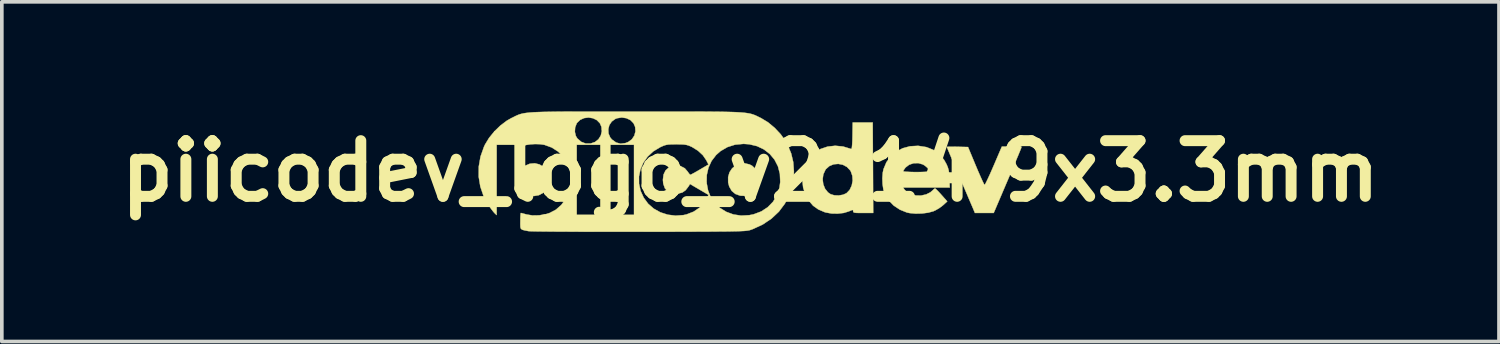
<source format=kicad_pcb>
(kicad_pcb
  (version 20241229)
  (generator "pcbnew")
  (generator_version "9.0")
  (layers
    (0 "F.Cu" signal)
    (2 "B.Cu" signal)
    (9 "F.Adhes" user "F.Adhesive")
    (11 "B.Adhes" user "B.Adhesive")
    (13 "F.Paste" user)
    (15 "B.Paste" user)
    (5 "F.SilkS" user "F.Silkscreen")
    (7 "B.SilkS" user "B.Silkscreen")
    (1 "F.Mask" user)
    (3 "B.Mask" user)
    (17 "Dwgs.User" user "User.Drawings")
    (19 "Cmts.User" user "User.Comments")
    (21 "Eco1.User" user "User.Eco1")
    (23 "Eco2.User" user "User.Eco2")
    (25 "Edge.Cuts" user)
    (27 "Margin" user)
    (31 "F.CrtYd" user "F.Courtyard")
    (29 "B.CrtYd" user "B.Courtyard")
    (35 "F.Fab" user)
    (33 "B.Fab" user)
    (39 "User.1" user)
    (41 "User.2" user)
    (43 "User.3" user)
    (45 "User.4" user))
  (footprint "piicodev_logo_v2_14.9x3.3mm"
    (layer "F.Cu")
    (at 17.497 1.636)
    (property "Reference" "piicodev_logo_v2_14.9x3.3mm" (at 0 0 0) (layer "F.SilkS") (effects (font (size 1.524 1.524) (thickness 0.3))))
    (attr through_hole)
    (fp_poly (pts (xy -5.776 -0.184) (xy -5.664 -0.116) (xy -5.577 -0.013) (xy -5.527 0.104) (xy -5.509 0.252) (xy -5.532 0.388) (xy -5.591 0.506) (xy -5.68 0.598) (xy -5.793 0.658) (xy -5.925 0.681) (xy -6.033 0.669) (xy -6.154 0.626) (xy -6.241 0.556) (xy -6.299 0.463) (xy -6.339 0.335) (xy -6.347 0.199) (xy -6.323 0.067) (xy -6.271 -0.048) (xy -6.193 -0.134) (xy -6.173 -0.147) (xy -6.039 -0.203) (xy -5.903 -0.215) (xy -5.776 -0.184)) (stroke (width 0.01) (type solid)) (fill yes) (layer "F.SilkS"))
    (fp_poly (pts (xy -0.025 -0.184) (xy 0.047 -0.147) (xy 0.129 -0.07) (xy 0.185 0.037) (xy 0.214 0.162) (xy 0.217 0.294) (xy 0.193 0.42) (xy 0.141 0.529) (xy 0.063 0.608) (xy -0.041 0.653) (xy -0.166 0.676) (xy -0.278 0.672) (xy -0.41 0.626) (xy -0.511 0.542) (xy -0.58 0.422) (xy -0.609 0.31) (xy -0.61 0.161) (xy -0.572 0.031) (xy -0.5 -0.077) (xy -0.403 -0.157) (xy -0.287 -0.205) (xy -0.158 -0.215) (xy -0.025 -0.184)) (stroke (width 0.01) (type solid)) (fill yes) (layer "F.SilkS"))
    (fp_poly (pts (xy 7.262 -0.67) (xy 7.35 -0.666) (xy 7.406 -0.66) (xy 7.421 -0.654) (xy 7.412 -0.627) (xy 7.385 -0.56) (xy 7.343 -0.458) (xy 7.287 -0.324) (xy 7.221 -0.165) (xy 7.145 0.014) (xy 7.062 0.209) (xy 7.042 0.255) (xy 6.662 1.145) (xy 6.148 1.145) (xy 6.114 1.065) (xy 6.097 1.023) (xy 6.062 0.942) (xy 6.012 0.826) (xy 5.951 0.683) (xy 5.88 0.517) (xy 5.801 0.334) (xy 5.729 0.166) (xy 5.649 -0.023) (xy 5.574 -0.197) (xy 5.509 -0.351) (xy 5.454 -0.48) (xy 5.413 -0.578) (xy 5.387 -0.641) (xy 5.379 -0.663) (xy 5.402 -0.667) (xy 5.465 -0.669) (xy 5.559 -0.669) (xy 5.669 -0.667) (xy 5.959 -0.66) (xy 6.175 -0.141) (xy 6.238 0.008) (xy 6.296 0.14) (xy 6.345 0.249) (xy 6.383 0.329) (xy 6.407 0.372) (xy 6.413 0.378) (xy 6.428 0.356) (xy 6.46 0.294) (xy 6.505 0.2) (xy 6.561 0.079) (xy 6.623 -0.062) (xy 6.66 -0.147) (xy 6.885 -0.672) (xy 7.153 -0.672) (xy 7.262 -0.67)) (stroke (width 0.01) (type solid)) (fill yes) (layer "F.SilkS"))
    (fp_poly (pts (xy 3.356 -0.093) (xy 3.362 1.145) (xy 3.088 1.145) (xy 2.968 1.145) (xy 2.889 1.142) (xy 2.843 1.135) (xy 2.821 1.124) (xy 2.814 1.105) (xy 2.814 1.097) (xy 2.811 1.07) (xy 2.797 1.062) (xy 2.758 1.074) (xy 2.696 1.101) (xy 2.557 1.144) (xy 2.393 1.163) (xy 2.223 1.16) (xy 2.066 1.132) (xy 2.034 1.123) (xy 1.859 1.048) (xy 1.718 0.948) (xy 1.603 0.815) (xy 1.506 0.641) (xy 1.503 0.634) (xy 1.444 0.451) (xy 1.423 0.256) (xy 1.426 0.225) (xy 1.978 0.225) (xy 1.995 0.359) (xy 2.044 0.482) (xy 2.124 0.582) (xy 2.197 0.632) (xy 2.299 0.662) (xy 2.419 0.666) (xy 2.538 0.646) (xy 2.632 0.603) (xy 2.718 0.513) (xy 2.774 0.395) (xy 2.8 0.262) (xy 2.791 0.127) (xy 2.748 0.004) (xy 2.733 -0.02) (xy 2.643 -0.115) (xy 2.531 -0.175) (xy 2.407 -0.199) (xy 2.281 -0.188) (xy 2.165 -0.141) (xy 2.07 -0.058) (xy 2.052 -0.032) (xy 1.996 0.09) (xy 1.978 0.225) (xy 1.426 0.225) (xy 1.439 0.058) (xy 1.49 -0.131) (xy 1.573 -0.303) (xy 1.687 -0.448) (xy 1.744 -0.498) (xy 1.919 -0.606) (xy 2.114 -0.672) (xy 2.323 -0.695) (xy 2.538 -0.674) (xy 2.752 -0.609) (xy 2.757 -0.607) (xy 2.77 -0.614) (xy 2.779 -0.651) (xy 2.786 -0.724) (xy 2.792 -0.837) (xy 2.795 -0.963) (xy 2.801 -1.332) (xy 3.349 -1.332) (xy 3.356 -0.093)) (stroke (width 0.01) (type solid)) (fill yes) (layer "F.SilkS"))
    (fp_poly (pts (xy 4.603 -0.692) (xy 4.819 -0.658) (xy 5.009 -0.582) (xy 5.171 -0.466) (xy 5.301 -0.312) (xy 5.371 -0.187) (xy 5.406 -0.103) (xy 5.429 -0.022) (xy 5.442 0.072) (xy 5.449 0.197) (xy 5.449 0.205) (xy 5.458 0.448) (xy 4.182 0.448) (xy 4.222 0.509) (xy 4.302 0.589) (xy 4.413 0.642) (xy 4.542 0.668) (xy 4.679 0.667) (xy 4.811 0.638) (xy 4.926 0.581) (xy 4.99 0.526) (xy 5.031 0.487) (xy 5.056 0.473) (xy 5.08 0.491) (xy 5.128 0.538) (xy 5.192 0.606) (xy 5.232 0.651) (xy 5.39 0.829) (xy 5.272 0.936) (xy 5.18 1.006) (xy 5.073 1.069) (xy 5.011 1.098) (xy 4.868 1.137) (xy 4.699 1.159) (xy 4.523 1.163) (xy 4.36 1.148) (xy 4.284 1.132) (xy 4.093 1.055) (xy 3.923 0.942) (xy 3.783 0.798) (xy 3.681 0.631) (xy 3.679 0.627) (xy 3.641 0.506) (xy 3.619 0.356) (xy 3.613 0.195) (xy 3.624 0.043) (xy 3.633 0.003) (xy 4.184 0.003) (xy 4.207 0.011) (xy 4.271 0.017) (xy 4.368 0.022) (xy 4.489 0.025) (xy 4.545 0.025) (xy 4.672 0.024) (xy 4.78 0.02) (xy 4.859 0.014) (xy 4.901 0.007) (xy 4.906 0.003) (xy 4.886 -0.042) (xy 4.838 -0.099) (xy 4.773 -0.153) (xy 4.722 -0.184) (xy 4.596 -0.22) (xy 4.466 -0.216) (xy 4.346 -0.175) (xy 4.249 -0.101) (xy 4.238 -0.087) (xy 4.201 -0.035) (xy 4.184 0.001) (xy 4.184 0.003) (xy 3.633 0.003) (xy 3.644 -0.053) (xy 3.724 -0.244) (xy 3.842 -0.405) (xy 3.992 -0.534) (xy 4.17 -0.627) (xy 4.37 -0.681) (xy 4.589 -0.693) (xy 4.603 -0.692)) (stroke (width 0.01) (type solid)) (fill yes) (layer "F.SilkS"))
    (fp_poly (pts (xy -3.79 -1.631) (xy -3.362 -1.631) (xy -3.138 -1.631) (xy -2.685 -1.631) (xy -2.279 -1.631) (xy -1.917 -1.631) (xy -1.596 -1.631) (xy -1.314 -1.63) (xy -1.067 -1.628) (xy -0.852 -1.626) (xy -0.668 -1.623) (xy -0.51 -1.619) (xy -0.376 -1.614) (xy -0.264 -1.607) (xy -0.169 -1.599) (xy -0.091 -1.589) (xy -0.024 -1.578) (xy 0.032 -1.564) (xy 0.082 -1.548) (xy 0.128 -1.531) (xy 0.173 -1.51) (xy 0.22 -1.487) (xy 0.271 -1.462) (xy 0.293 -1.451) (xy 0.482 -1.337) (xy 0.665 -1.185) (xy 0.83 -1.009) (xy 0.965 -0.819) (xy 1.018 -0.722) (xy 1.117 -0.482) (xy 1.173 -0.246) (xy 1.191 0.004) (xy 1.189 0.1) (xy 1.151 0.382) (xy 1.069 0.647) (xy 0.944 0.89) (xy 0.78 1.109) (xy 0.578 1.299) (xy 0.341 1.459) (xy 0.072 1.584) (xy 0 1.61) (xy -0.023 1.617) (xy -0.049 1.623) (xy -0.082 1.628) (xy -0.123 1.633) (xy -0.177 1.638) (xy -0.244 1.641) (xy -0.33 1.645) (xy -0.435 1.647) (xy -0.564 1.65) (xy -0.718 1.652) (xy -0.9 1.653) (xy -1.114 1.655) (xy -1.362 1.656) (xy -1.647 1.657) (xy -1.971 1.658) (xy -2.338 1.659) (xy -2.75 1.659) (xy -3.05 1.66) (xy -3.429 1.66) (xy -3.796 1.66) (xy -4.147 1.66) (xy -4.479 1.659) (xy -4.788 1.658) (xy -5.073 1.656) (xy -5.328 1.655) (xy -5.552 1.653) (xy -5.74 1.651) (xy -5.89 1.649) (xy -5.999 1.646) (xy -6.062 1.643) (xy -6.076 1.642) (xy -6.181 1.622) (xy -6.247 1.604) (xy -6.283 1.578) (xy -6.298 1.532) (xy -6.301 1.455) (xy -6.3 1.369) (xy -6.299 1.271) (xy -6.295 1.194) (xy -6.289 1.151) (xy -6.285 1.145) (xy -6.255 1.152) (xy -6.192 1.169) (xy -6.131 1.186) (xy -5.968 1.213) (xy -5.785 1.21) (xy -5.6 1.178) (xy -5.498 1.146) (xy -5.327 1.056) (xy -5.179 0.927) (xy -5.059 0.764) (xy -4.971 0.576) (xy -4.928 0.406) (xy -4.914 0.184) (xy -4.944 -0.027) (xy -5.015 -0.221) (xy -5.124 -0.392) (xy -5.266 -0.536) (xy -5.439 -0.647) (xy -5.64 -0.72) (xy -5.649 -0.722) (xy -4.756 -0.722) (xy -4.756 1.195) (xy -4.109 1.195) (xy -4.109 -0.722) (xy -3.835 -0.722) (xy -3.835 1.195) (xy -3.187 1.195) (xy -3.187 0.145) (xy -3.051 0.145) (xy -3.05 0.343) (xy -3.007 0.54) (xy -2.921 0.728) (xy -2.801 0.892) (xy -2.648 1.026) (xy -2.465 1.128) (xy -2.262 1.193) (xy -2.049 1.219) (xy -1.835 1.204) (xy -1.749 1.185) (xy -1.553 1.109) (xy -1.386 0.995) (xy -1.254 0.845) (xy -1.196 0.748) (xy -1.146 0.65) (xy -1.4 0.501) (xy -1.654 0.352) (xy -1.695 0.419) (xy -1.774 0.522) (xy -1.862 0.584) (xy -1.973 0.613) (xy -2.011 0.616) (xy -2.152 0.606) (xy -2.263 0.557) (xy -2.341 0.471) (xy -2.385 0.348) (xy -2.388 0.318) (xy -1.199 0.318) (xy -1.16 0.526) (xy -1.098 0.684) (xy -0.985 0.861) (xy -0.837 1.005) (xy -0.662 1.114) (xy -0.466 1.186) (xy -0.254 1.218) (xy -0.033 1.206) (xy 0.088 1.182) (xy 0.296 1.104) (xy 0.474 0.988) (xy 0.619 0.839) (xy 0.727 0.661) (xy 0.795 0.458) (xy 0.817 0.297) (xy 0.807 0.073) (xy 0.754 -0.132) (xy 0.66 -0.315) (xy 0.531 -0.47) (xy 0.37 -0.595) (xy 0.181 -0.685) (xy -0.033 -0.736) (xy -0.188 -0.747) (xy -0.42 -0.725) (xy -0.631 -0.658) (xy -0.819 -0.548) (xy -0.938 -0.443) (xy -1.063 -0.28) (xy -1.149 -0.094) (xy -1.195 0.108) (xy -1.199 0.318) (xy -2.388 0.318) (xy -2.396 0.239) (xy -2.378 0.094) (xy -2.323 -0.02) (xy -2.234 -0.1) (xy -2.114 -0.143) (xy -2.034 -0.149) (xy -1.9 -0.132) (xy -1.796 -0.078) (xy -1.719 0.012) (xy -1.68 0.067) (xy -1.651 0.097) (xy -1.645 0.1) (xy -1.616 0.088) (xy -1.555 0.055) (xy -1.47 0.008) (xy -1.386 -0.041) (xy -1.148 -0.181) (xy -1.207 -0.297) (xy -1.302 -0.436) (xy -1.436 -0.56) (xy -1.599 -0.661) (xy -1.616 -0.669) (xy -1.684 -0.699) (xy -1.748 -0.718) (xy -1.819 -0.729) (xy -1.914 -0.734) (xy -2.03 -0.735) (xy -2.154 -0.734) (xy -2.243 -0.729) (xy -2.312 -0.718) (xy -2.377 -0.697) (xy -2.45 -0.665) (xy -2.471 -0.655) (xy -2.66 -0.541) (xy -2.814 -0.397) (xy -2.932 -0.231) (xy -3.011 -0.048) (xy -3.051 0.145) (xy -3.187 0.145) (xy -3.187 -0.722) (xy -3.835 -0.722) (xy -4.109 -0.722) (xy -4.756 -0.722) (xy -5.649 -0.722) (xy -5.65 -0.722) (xy -5.762 -0.738) (xy -5.894 -0.742) (xy -6.026 -0.734) (xy -6.142 -0.716) (xy -6.211 -0.694) (xy -6.265 -0.674) (xy -6.289 -0.682) (xy -6.294 -0.691) (xy -6.315 -0.705) (xy -6.37 -0.715) (xy -6.464 -0.72) (xy -6.601 -0.722) (xy -6.626 -0.722) (xy -6.948 -0.722) (xy -6.948 1.203) (xy -6.999 1.156) (xy -7.037 1.114) (xy -7.092 1.043) (xy -7.153 0.957) (xy -7.171 0.931) (xy -7.306 0.685) (xy -7.395 0.424) (xy -7.44 0.153) (xy -7.438 -0.123) (xy -7.39 -0.399) (xy -7.295 -0.667) (xy -7.266 -0.729) (xy -7.156 -0.91) (xy -7.02 -1.077) (xy -4.807 -1.077) (xy -4.78 -0.964) (xy -4.739 -0.895) (xy -4.632 -0.802) (xy -4.509 -0.756) (xy -4.377 -0.756) (xy -4.255 -0.798) (xy -4.16 -0.873) (xy -4.096 -0.976) (xy -4.068 -1.094) (xy -4.073 -1.147) (xy -3.892 -1.147) (xy -3.885 -1.03) (xy -3.838 -0.921) (xy -3.792 -0.866) (xy -3.677 -0.784) (xy -3.556 -0.751) (xy -3.426 -0.767) (xy -3.346 -0.798) (xy -3.245 -0.872) (xy -3.178 -0.973) (xy -3.147 -1.09) (xy -3.156 -1.211) (xy -3.2 -1.311) (xy -3.284 -1.397) (xy -3.396 -1.45) (xy -3.522 -1.469) (xy -3.65 -1.449) (xy -3.699 -1.43) (xy -3.797 -1.358) (xy -3.863 -1.26) (xy -3.892 -1.147) (xy -4.073 -1.147) (xy -4.079 -1.214) (xy -4.121 -1.311) (xy -4.205 -1.397) (xy -4.312 -1.449) (xy -4.432 -1.468) (xy -4.552 -1.453) (xy -4.66 -1.405) (xy -4.745 -1.324) (xy -4.756 -1.308) (xy -4.799 -1.198) (xy -4.807 -1.077) (xy -7.02 -1.077) (xy -7.012 -1.087) (xy -6.846 -1.248) (xy -6.67 -1.381) (xy -6.549 -1.45) (xy -6.495 -1.476) (xy -6.447 -1.501) (xy -6.402 -1.522) (xy -6.358 -1.541) (xy -6.311 -1.558) (xy -6.259 -1.572) (xy -6.199 -1.585) (xy -6.127 -1.595) (xy -6.042 -1.604) (xy -5.94 -1.612) (xy -5.818 -1.617) (xy -5.674 -1.622) (xy -5.504 -1.625) (xy -5.306 -1.628) (xy -5.077 -1.63) (xy -4.813 -1.631) (xy -4.513 -1.631) (xy -4.173 -1.631) (xy -3.79 -1.631)) (stroke (width 0.01) (type solid)) (fill yes) (layer "F.SilkS")))
  (gr_rect
    (start -3 -3)
    (end 37.994 6.301)
    (stroke (width 0.1) (type default))
    (fill no)
    (layer "Edge.Cuts")))
</source>
